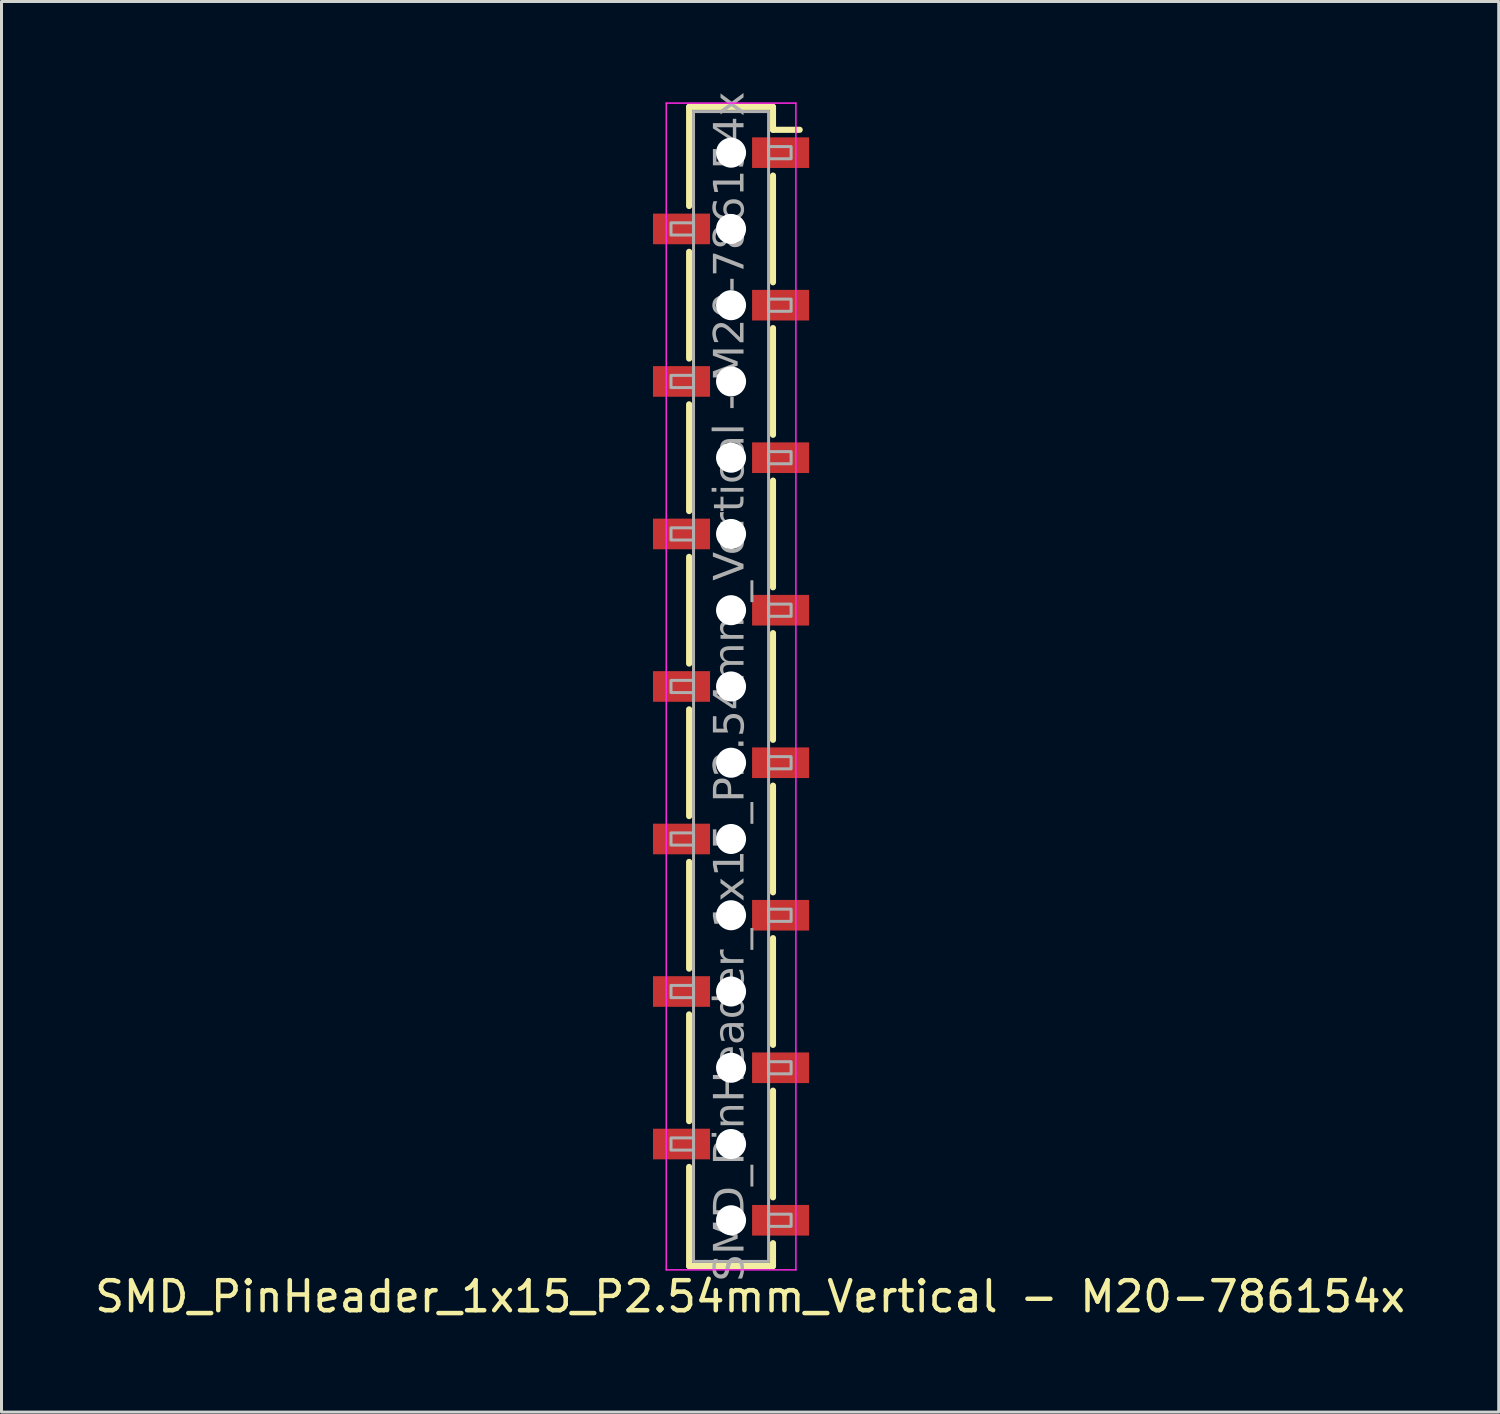
<source format=kicad_pcb>
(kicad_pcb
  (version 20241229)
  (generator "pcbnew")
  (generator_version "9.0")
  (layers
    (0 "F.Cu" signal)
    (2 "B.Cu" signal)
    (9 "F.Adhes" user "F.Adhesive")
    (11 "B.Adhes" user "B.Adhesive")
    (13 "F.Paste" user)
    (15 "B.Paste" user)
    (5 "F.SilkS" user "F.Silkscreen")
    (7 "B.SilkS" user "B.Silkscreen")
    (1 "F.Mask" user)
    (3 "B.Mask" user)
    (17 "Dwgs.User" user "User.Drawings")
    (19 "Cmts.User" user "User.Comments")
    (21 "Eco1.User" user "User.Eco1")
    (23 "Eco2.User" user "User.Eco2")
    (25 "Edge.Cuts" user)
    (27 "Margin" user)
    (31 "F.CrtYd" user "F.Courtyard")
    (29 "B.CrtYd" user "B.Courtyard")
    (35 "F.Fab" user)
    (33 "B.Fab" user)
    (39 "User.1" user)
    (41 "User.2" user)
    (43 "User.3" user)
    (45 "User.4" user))
  (footprint "SMD_PinHeader_1x15_P2.54mm_Vertical - M20-786154x"
    (layer "F.Cu")
    (at 21.3 19.815)
    (property "Reference" "SMD_PinHeader_1x15_P2.54mm_Vertical - M20-786154x" (at 0.635 20.32 0) (layer "F.SilkS") (effects (font (size 1 1) (thickness 0.15))))
    (attr smd)
    (fp_line (start -1.397 -19.304) (end -1.397 -16.002) (stroke (width 0.203) (type solid)) (layer "F.SilkS"))
    (fp_line (start -1.397 -19.304) (end 1.397 -19.304) (stroke (width 0.203) (type solid)) (layer "F.SilkS"))
    (fp_line (start -1.397 -10.922) (end -1.397 -14.478) (stroke (width 0.203) (type solid)) (layer "F.SilkS"))
    (fp_line (start -1.397 -5.842) (end -1.397 -9.398) (stroke (width 0.203) (type solid)) (layer "F.SilkS"))
    (fp_line (start -1.397 -0.762) (end -1.397 -4.318) (stroke (width 0.203) (type solid)) (layer "F.SilkS"))
    (fp_line (start -1.397 4.318) (end -1.397 0.762) (stroke (width 0.203) (type solid)) (layer "F.SilkS"))
    (fp_line (start -1.397 9.398) (end -1.397 5.842) (stroke (width 0.203) (type solid)) (layer "F.SilkS"))
    (fp_line (start -1.397 14.478) (end -1.397 10.922) (stroke (width 0.203) (type solid)) (layer "F.SilkS"))
    (fp_line (start -1.397 19.304) (end -1.397 16.002) (stroke (width 0.203) (type solid)) (layer "F.SilkS"))
    (fp_line (start 1.397 -19.304) (end 1.397 -18.542) (stroke (width 0.203) (type solid)) (layer "F.SilkS"))
    (fp_line (start 1.397 -17.018) (end 1.397 -13.462) (stroke (width 0.203) (type solid)) (layer "F.SilkS"))
    (fp_line (start 1.397 -11.938) (end 1.397 -8.382) (stroke (width 0.203) (type solid)) (layer "F.SilkS"))
    (fp_line (start 1.397 -6.858) (end 1.397 -3.302) (stroke (width 0.203) (type solid)) (layer "F.SilkS"))
    (fp_line (start 1.397 -1.778) (end 1.397 1.778) (stroke (width 0.203) (type solid)) (layer "F.SilkS"))
    (fp_line (start 1.397 3.302) (end 1.397 6.858) (stroke (width 0.203) (type solid)) (layer "F.SilkS"))
    (fp_line (start 1.397 8.382) (end 1.397 11.938) (stroke (width 0.203) (type solid)) (layer "F.SilkS"))
    (fp_line (start 1.397 13.462) (end 1.397 17.018) (stroke (width 0.203) (type solid)) (layer "F.SilkS"))
    (fp_line (start 1.397 18.542) (end 1.397 19.304) (stroke (width 0.203) (type solid)) (layer "F.SilkS"))
    (fp_line (start 1.397 19.304) (end -1.397 19.304) (stroke (width 0.203) (type solid)) (layer "F.SilkS"))
    (fp_line (start 2.286 -18.542) (end 1.397 -18.542) (stroke (width 0.203) (type solid)) (layer "F.SilkS"))
    (fp_line (start -2.159 -19.431) (end -2.159 19.431) (stroke (width 0.05) (type solid)) (layer "F.CrtYd"))
    (fp_line (start -2.159 19.431) (end 2.159 19.431) (stroke (width 0.05) (type solid)) (layer "F.CrtYd"))
    (fp_line (start 2.159 -19.431) (end -2.159 -19.431) (stroke (width 0.05) (type solid)) (layer "F.CrtYd"))
    (fp_line (start 2.159 19.431) (end 2.159 -19.431) (stroke (width 0.05) (type solid)) (layer "F.CrtYd"))
    (fp_line (start -1.25 -19.15) (end 1.25 -19.15) (stroke (width 0.1) (type solid)) (layer "F.Fab"))
    (fp_line (start -1.25 19.15) (end -1.25 -19.15) (stroke (width 0.1) (type solid)) (layer "F.Fab"))
    (fp_line (start -1.25 19.15) (end 1.25 19.15) (stroke (width 0.1) (type solid)) (layer "F.Fab"))
    (fp_line (start 1.25 19.15) (end 1.25 -19.15) (stroke (width 0.1) (type solid)) (layer "F.Fab"))
    (fp_rect (start -2 -15.443) (end -1.25 -15.037) (stroke (width 0.1) (type solid)) (fill no) (layer "F.Fab"))
    (fp_rect (start -2 -10.363) (end -1.25 -9.957) (stroke (width 0.1) (type solid)) (fill no) (layer "F.Fab"))
    (fp_rect (start -2 -5.283) (end -1.25 -4.877) (stroke (width 0.1) (type solid)) (fill no) (layer "F.Fab"))
    (fp_rect (start -2 -0.203) (end -1.25 0.203) (stroke (width 0.1) (type solid)) (fill no) (layer "F.Fab"))
    (fp_rect (start -2 4.877) (end -1.25 5.283) (stroke (width 0.1) (type solid)) (fill no) (layer "F.Fab"))
    (fp_rect (start -2 9.957) (end -1.25 10.363) (stroke (width 0.1) (type solid)) (fill no) (layer "F.Fab"))
    (fp_rect (start -2 15.037) (end -1.25 15.443) (stroke (width 0.1) (type solid)) (fill no) (layer "F.Fab"))
    (fp_rect (start 2 -17.577) (end 1.25 -17.983) (stroke (width 0.1) (type solid)) (fill no) (layer "F.Fab"))
    (fp_rect (start 2 -12.497) (end 1.25 -12.903) (stroke (width 0.1) (type solid)) (fill no) (layer "F.Fab"))
    (fp_rect (start 2 -7.417) (end 1.25 -7.823) (stroke (width 0.1) (type solid)) (fill no) (layer "F.Fab"))
    (fp_rect (start 2 -2.337) (end 1.25 -2.743) (stroke (width 0.1) (type solid)) (fill no) (layer "F.Fab"))
    (fp_rect (start 2 2.743) (end 1.25 2.337) (stroke (width 0.1) (type solid)) (fill no) (layer "F.Fab"))
    (fp_rect (start 2 7.823) (end 1.25 7.417) (stroke (width 0.1) (type solid)) (fill no) (layer "F.Fab"))
    (fp_rect (start 2 12.903) (end 1.25 12.497) (stroke (width 0.1) (type solid)) (fill no) (layer "F.Fab"))
    (fp_rect (start 2 17.983) (end 1.25 17.577) (stroke (width 0.1) (type solid)) (fill no) (layer "F.Fab"))
    (fp_text user "${REFERENCE}" (at 0 0 90) (layer "F.Fab") (effects (font (face "Tahoma") (size 1 1) (thickness 0.15))))
    (pad "" np_thru_hole circle (at 0 -17.78) (size 1 1) (drill 1) (layers "*.Cu"))
    (pad "" np_thru_hole circle (at 0 -15.24) (size 1 1) (drill 1) (layers "*.Cu"))
    (pad "" np_thru_hole circle (at 0 -12.7) (size 1 1) (drill 1) (layers "*.Cu"))
    (pad "" np_thru_hole circle (at 0 -10.16) (size 1 1) (drill 1) (layers "*.Cu"))
    (pad "" np_thru_hole circle (at 0 -7.62) (size 1 1) (drill 1) (layers "*.Cu"))
    (pad "" np_thru_hole circle (at 0 -5.08) (size 1 1) (drill 1) (layers "*.Cu"))
    (pad "" np_thru_hole circle (at 0 -2.54) (size 1 1) (drill 1) (layers "*.Cu"))
    (pad "" np_thru_hole circle (at 0 0) (size 1 1) (drill 1) (layers "*.Cu"))
    (pad "" np_thru_hole circle (at 0 2.54) (size 1 1) (drill 1) (layers "*.Cu"))
    (pad "" np_thru_hole circle (at 0 5.08) (size 1 1) (drill 1) (layers "*.Cu"))
    (pad "" np_thru_hole circle (at 0 7.62) (size 1 1) (drill 1) (layers "*.Cu"))
    (pad "" np_thru_hole circle (at 0 10.16) (size 1 1) (drill 1) (layers "*.Cu"))
    (pad "" np_thru_hole circle (at 0 12.7) (size 1 1) (drill 1) (layers "*.Cu"))
    (pad "" np_thru_hole circle (at 0 15.24) (size 1 1) (drill 1) (layers "*.Cu"))
    (pad "" np_thru_hole circle (at 0 17.78) (size 1 1) (drill 1) (layers "*.Cu"))
    (pad "1" smd rect (at 1.65 -17.78) (size 1.9 1.02) (layers "F.Cu" "F.Mask" "F.Paste"))
    (pad "2" smd rect (at -1.65 -15.24) (size 1.9 1.02) (layers "F.Cu" "F.Mask" "F.Paste"))
    (pad "3" smd rect (at 1.65 -12.7) (size 1.9 1.02) (layers "F.Cu" "F.Mask" "F.Paste"))
    (pad "4" smd rect (at -1.65 -10.16) (size 1.9 1.02) (layers "F.Cu" "F.Mask" "F.Paste"))
    (pad "5" smd rect (at 1.65 -7.62) (size 1.9 1.02) (layers "F.Cu" "F.Mask" "F.Paste"))
    (pad "6" smd rect (at -1.65 -5.08) (size 1.9 1.02) (layers "F.Cu" "F.Mask" "F.Paste"))
    (pad "7" smd rect (at 1.65 -2.54) (size 1.9 1.02) (layers "F.Cu" "F.Mask" "F.Paste"))
    (pad "8" smd rect (at -1.65 0) (size 1.9 1.02) (layers "F.Cu" "F.Mask" "F.Paste"))
    (pad "9" smd rect (at 1.65 2.54) (size 1.9 1.02) (layers "F.Cu" "F.Mask" "F.Paste"))
    (pad "10" smd rect (at -1.65 5.08) (size 1.9 1.02) (layers "F.Cu" "F.Mask" "F.Paste"))
    (pad "11" smd rect (at 1.65 7.62) (size 1.9 1.02) (layers "F.Cu" "F.Mask" "F.Paste"))
    (pad "12" smd rect (at -1.65 10.16) (size 1.9 1.02) (layers "F.Cu" "F.Mask" "F.Paste"))
    (pad "13" smd rect (at 1.65 12.7) (size 1.9 1.02) (layers "F.Cu" "F.Mask" "F.Paste"))
    (pad "14" smd rect (at -1.65 15.24) (size 1.9 1.02) (layers "F.Cu" "F.Mask" "F.Paste"))
    (pad "15" smd rect (at 1.65 17.78) (size 1.9 1.02) (layers "F.Cu" "F.Mask" "F.Paste")))
  (gr_rect
    (start -3 -3)
    (end 46.869 43.984)
    (stroke (width 0.1) (type default))
    (fill no)
    (layer "Edge.Cuts")))
</source>
